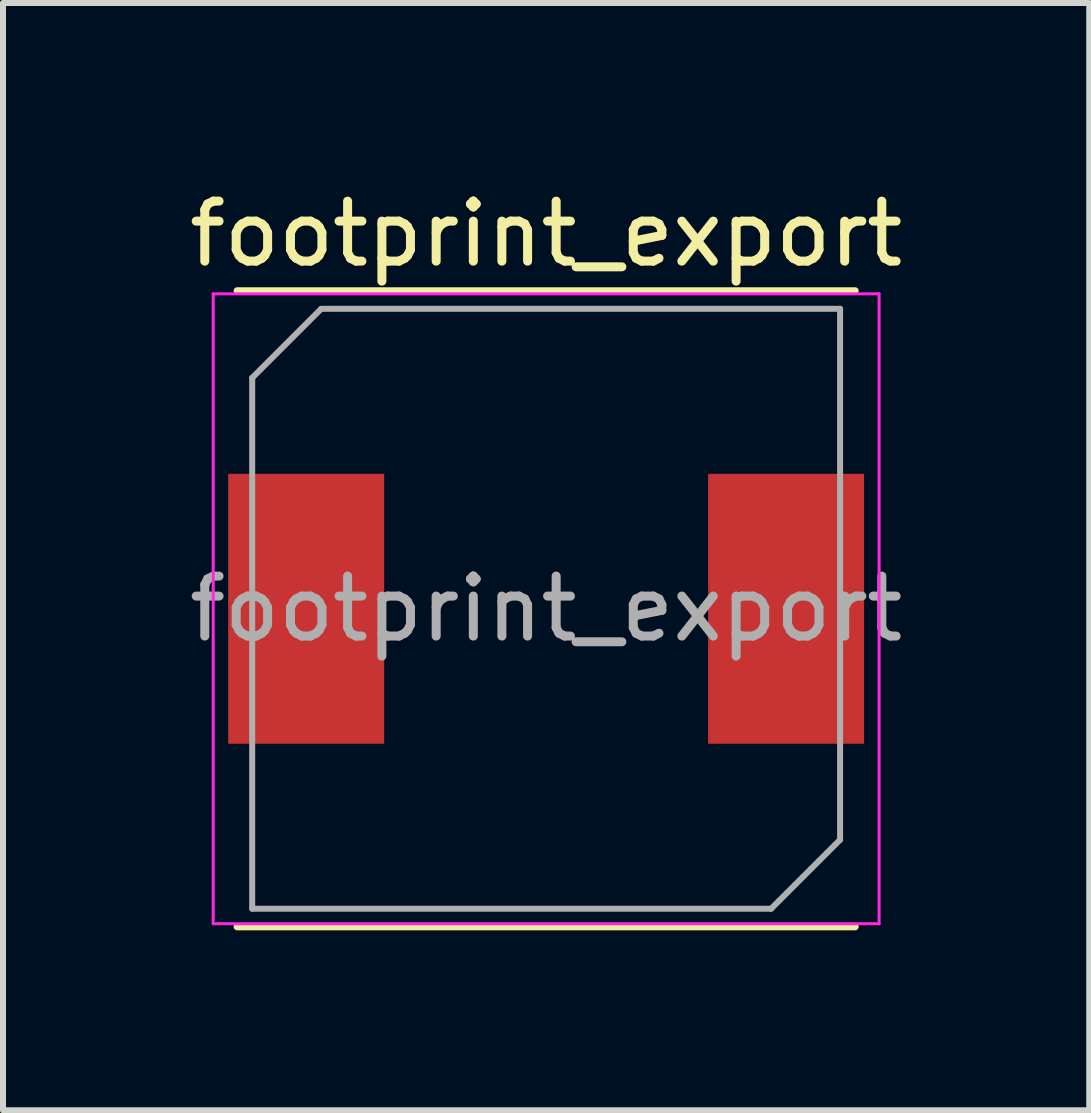
<source format=kicad_pcb>
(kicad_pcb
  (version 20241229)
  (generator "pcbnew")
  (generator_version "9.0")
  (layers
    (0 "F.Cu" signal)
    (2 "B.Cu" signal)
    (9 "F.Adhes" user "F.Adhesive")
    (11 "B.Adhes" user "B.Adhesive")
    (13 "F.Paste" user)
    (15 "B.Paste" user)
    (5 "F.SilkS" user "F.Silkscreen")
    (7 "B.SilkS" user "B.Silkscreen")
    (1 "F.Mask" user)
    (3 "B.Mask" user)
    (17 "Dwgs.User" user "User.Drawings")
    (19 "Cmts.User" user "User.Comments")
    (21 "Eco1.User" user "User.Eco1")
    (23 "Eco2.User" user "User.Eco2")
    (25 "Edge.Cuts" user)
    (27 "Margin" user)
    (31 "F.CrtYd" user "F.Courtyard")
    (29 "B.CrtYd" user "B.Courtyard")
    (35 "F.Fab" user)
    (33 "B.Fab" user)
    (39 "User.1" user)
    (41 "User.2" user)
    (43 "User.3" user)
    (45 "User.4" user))
  (footprint "footprint_export"
    (layer "F.Cu")
    (at 6.054 7.098)
    (property "Reference" "footprint_export" (at 0 -6.25 0) (layer "F.SilkS") (effects (font (size 1 1) (thickness 0.15))))
    (attr smd)
    (fp_line (start -5.15 -5.3) (end 5.15 -5.3) (stroke (width 0.12) (type solid)) (layer "F.SilkS"))
    (fp_line (start -5.15 5.3) (end 5.15 5.3) (stroke (width 0.12) (type solid)) (layer "F.SilkS"))
    (fp_line (start -5.55 -5.25) (end -5.55 5.25) (stroke (width 0.05) (type solid)) (layer "F.CrtYd"))
    (fp_line (start -5.55 5.25) (end 5.55 5.25) (stroke (width 0.05) (type solid)) (layer "F.CrtYd"))
    (fp_line (start 5.55 -5.25) (end -5.55 -5.25) (stroke (width 0.05) (type solid)) (layer "F.CrtYd"))
    (fp_line (start 5.55 5.25) (end 5.55 -5.25) (stroke (width 0.05) (type solid)) (layer "F.CrtYd"))
    (fp_line (start -4.9 -3.85) (end -4.9 5) (stroke (width 0.1) (type solid)) (layer "F.Fab"))
    (fp_line (start -4.9 -3.85) (end -3.75 -5) (stroke (width 0.1) (type solid)) (layer "F.Fab"))
    (fp_line (start -4.9 5) (end 3.75 5) (stroke (width 0.1) (type solid)) (layer "F.Fab"))
    (fp_line (start 3.75 5) (end 4.9 3.85) (stroke (width 0.1) (type solid)) (layer "F.Fab"))
    (fp_line (start 4.9 -5) (end -3.75 -5) (stroke (width 0.1) (type solid)) (layer "F.Fab"))
    (fp_line (start 4.9 3.85) (end 4.9 -5) (stroke (width 0.1) (type solid)) (layer "F.Fab"))
    (fp_text user "${REFERENCE}" (at 0 0 0) (layer "F.Fab") (effects (font (size 1 1) (thickness 0.15))))
    (pad "1" smd rect (at -4 0) (size 2.6 4.5) (layers "F.Cu" "F.Mask" "F.Paste"))
    (pad "2" smd rect (at 4 0) (size 2.6 4.5) (layers "F.Cu" "F.Mask" "F.Paste")))
  (gr_rect
    (start -3 -3)
    (end 15.107 15.458)
    (stroke (width 0.1) (type default))
    (fill no)
    (layer "Edge.Cuts")))
</source>
